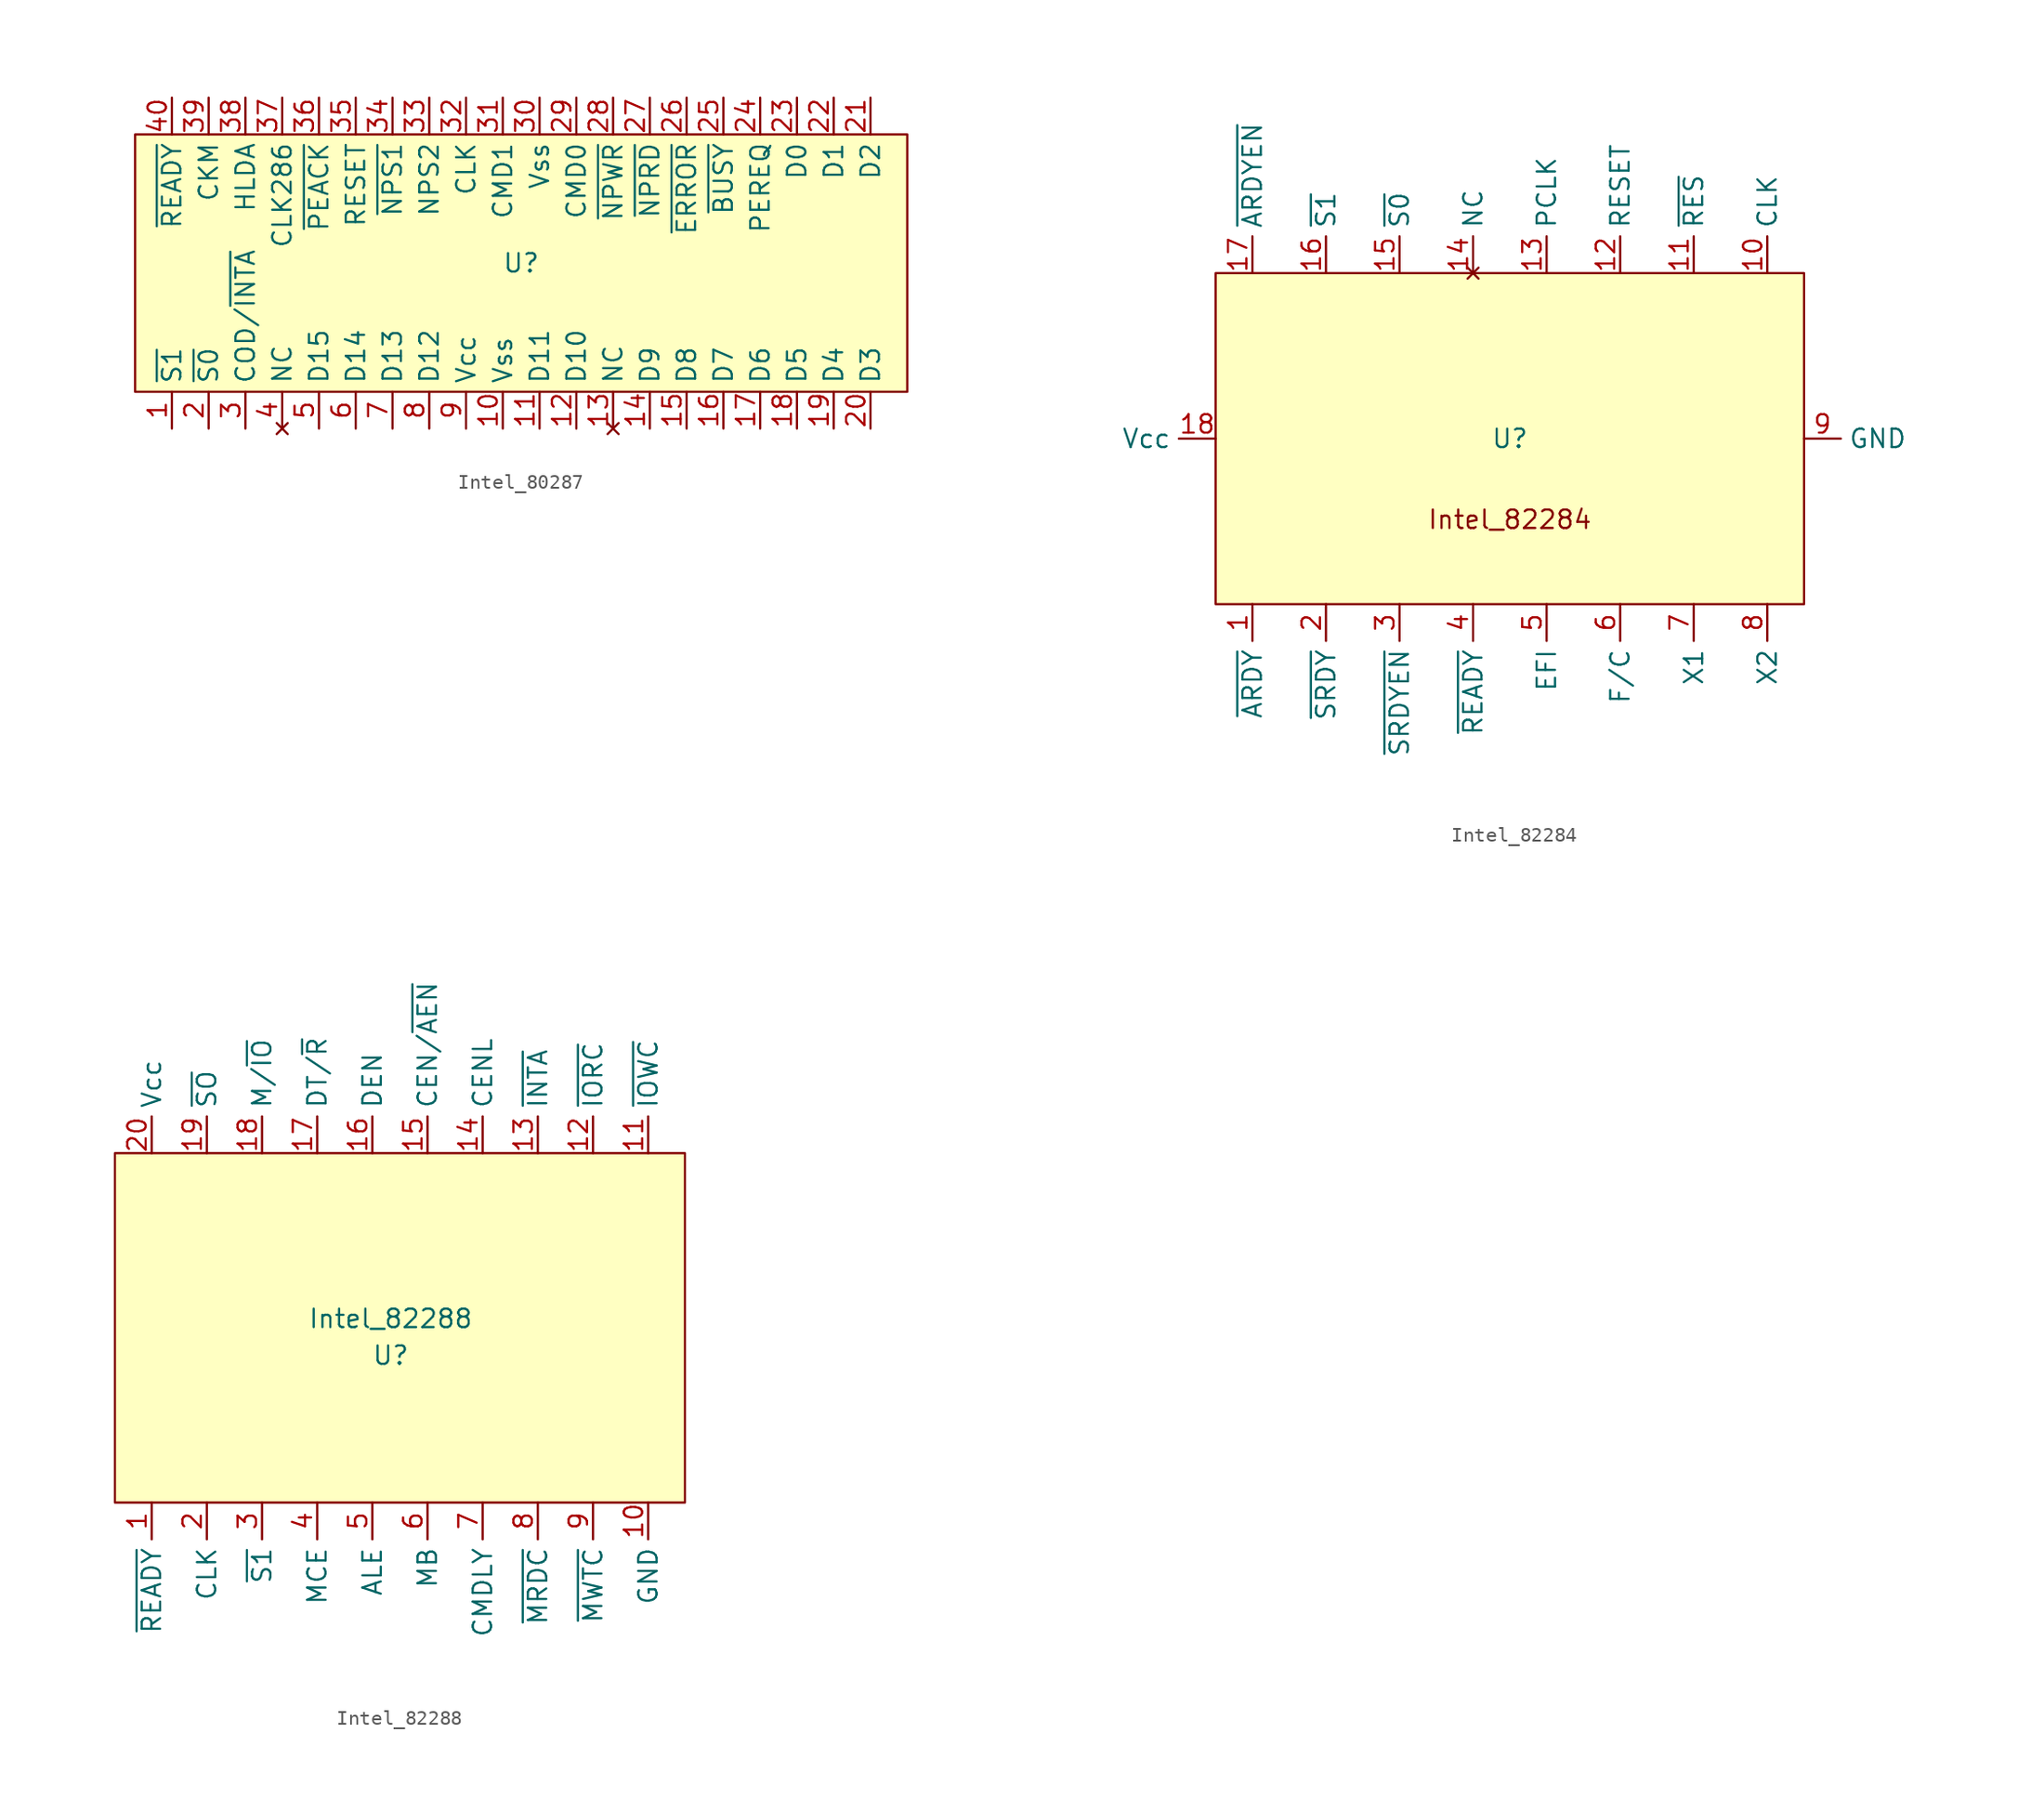
<source format=kicad_sym>
(kicad_symbol_lib
  (version 20241209)
  (generator "kicad_symbol_editor")
  (generator_version "9.0")
  (symbol "Intel_80287"
    (property "Reference" "U"
      (at 0 0 0)
      (effects (font (size 1.27 1.27))))
    (property "Value" ""
      (at 0 0 0)
      (effects (font (size 1.27 1.27))))
    (symbol "Intel_80287_0_1"
      (rectangle (start -26.67 8.89) (end 26.67 -8.89) (stroke (width 0) (type default)) (fill (type background))))
    (symbol "Intel_80287_1_1"
      (pin input line (at -24.13 11.43 270) (length 2.54) (name "~{READY}" (effects (font (size 1.27 1.27)))) (number "40" (effects (font (size 1.27 1.27)))))
      (pin input line (at -24.13 -11.43 90) (length 2.54) (name "~{S1}" (effects (font (size 1.27 1.27)))) (number "1" (effects (font (size 1.27 1.27)))))
      (pin input line (at -21.59 11.43 270) (length 2.54) (name "CKM" (effects (font (size 1.27 1.27)))) (number "39" (effects (font (size 1.27 1.27)))))
      (pin input line (at -21.59 -11.43 90) (length 2.54) (name "~{S0}" (effects (font (size 1.27 1.27)))) (number "2" (effects (font (size 1.27 1.27)))))
      (pin input line (at -19.05 11.43 270) (length 2.54) (name "HLDA" (effects (font (size 1.27 1.27)))) (number "38" (effects (font (size 1.27 1.27)))))
      (pin input line (at -19.05 -11.43 90) (length 2.54) (name "COD/~{INTA}" (effects (font (size 1.27 1.27)))) (number "3" (effects (font (size 1.27 1.27)))))
      (pin input line (at -16.51 11.43 270) (length 2.54) (name "CLK286" (effects (font (size 1.27 1.27)))) (number "37" (effects (font (size 1.27 1.27)))))
      (pin no_connect line (at -16.51 -11.43 90) (length 2.54) (name "NC" (effects (font (size 1.27 1.27)))) (number "4" (effects (font (size 1.27 1.27)))))
      (pin input line (at -13.97 11.43 270) (length 2.54) (name "~{PEACK}" (effects (font (size 1.27 1.27)))) (number "36" (effects (font (size 1.27 1.27)))))
      (pin bidirectional line (at -13.97 -11.43 90) (length 2.54) (name "D15" (effects (font (size 1.27 1.27)))) (number "5" (effects (font (size 1.27 1.27)))))
      (pin input line (at -11.43 11.43 270) (length 2.54) (name "RESET" (effects (font (size 1.27 1.27)))) (number "35" (effects (font (size 1.27 1.27)))))
      (pin bidirectional line (at -11.43 -11.43 90) (length 2.54) (name "D14" (effects (font (size 1.27 1.27)))) (number "6" (effects (font (size 1.27 1.27)))))
      (pin input line (at -8.89 11.43 270) (length 2.54) (name "~{NPS1}" (effects (font (size 1.27 1.27)))) (number "34" (effects (font (size 1.27 1.27)))))
      (pin bidirectional line (at -8.89 -11.43 90) (length 2.54) (name "D13" (effects (font (size 1.27 1.27)))) (number "7" (effects (font (size 1.27 1.27)))))
      (pin input line (at -6.35 11.43 270) (length 2.54) (name "NPS2" (effects (font (size 1.27 1.27)))) (number "33" (effects (font (size 1.27 1.27)))))
      (pin bidirectional line (at -6.35 -11.43 90) (length 2.54) (name "D12" (effects (font (size 1.27 1.27)))) (number "8" (effects (font (size 1.27 1.27)))))
      (pin input line (at -3.81 11.43 270) (length 2.54) (name "CLK" (effects (font (size 1.27 1.27)))) (number "32" (effects (font (size 1.27 1.27)))))
      (pin power_in line (at -3.81 -11.43 90) (length 2.54) (name "Vcc" (effects (font (size 1.27 1.27)))) (number "9" (effects (font (size 1.27 1.27)))))
      (pin input line (at -1.27 11.43 270) (length 2.54) (name "CMD1" (effects (font (size 1.27 1.27)))) (number "31" (effects (font (size 1.27 1.27)))))
      (pin power_in line (at -1.27 -11.43 90) (length 2.54) (name "Vss" (effects (font (size 1.27 1.27)))) (number "10" (effects (font (size 1.27 1.27)))))
      (pin power_in line (at 1.27 11.43 270) (length 2.54) (name "Vss" (effects (font (size 1.27 1.27)))) (number "30" (effects (font (size 1.27 1.27)))))
      (pin bidirectional line (at 1.27 -11.43 90) (length 2.54) (name "D11" (effects (font (size 1.27 1.27)))) (number "11" (effects (font (size 1.27 1.27)))))
      (pin input line (at 3.81 11.43 270) (length 2.54) (name "CMD0" (effects (font (size 1.27 1.27)))) (number "29" (effects (font (size 1.27 1.27)))))
      (pin bidirectional line (at 3.81 -11.43 90) (length 2.54) (name "D10" (effects (font (size 1.27 1.27)))) (number "12" (effects (font (size 1.27 1.27)))))
      (pin input line (at 6.35 11.43 270) (length 2.54) (name "~{NPWR}" (effects (font (size 1.27 1.27)))) (number "28" (effects (font (size 1.27 1.27)))))
      (pin no_connect line (at 6.35 -11.43 90) (length 2.54) (name "NC" (effects (font (size 1.27 1.27)))) (number "13" (effects (font (size 1.27 1.27)))))
      (pin input line (at 8.89 11.43 270) (length 2.54) (name "~{NPRD}" (effects (font (size 1.27 1.27)))) (number "27" (effects (font (size 1.27 1.27)))))
      (pin bidirectional line (at 8.89 -11.43 90) (length 2.54) (name "D9" (effects (font (size 1.27 1.27)))) (number "14" (effects (font (size 1.27 1.27)))))
      (pin output line (at 11.43 11.43 270) (length 2.54) (name "~{ERROR}" (effects (font (size 1.27 1.27)))) (number "26" (effects (font (size 1.27 1.27)))))
      (pin bidirectional line (at 11.43 -11.43 90) (length 2.54) (name "D8" (effects (font (size 1.27 1.27)))) (number "15" (effects (font (size 1.27 1.27)))))
      (pin output line (at 13.97 11.43 270) (length 2.54) (name "~{BUSY}" (effects (font (size 1.27 1.27)))) (number "25" (effects (font (size 1.27 1.27)))))
      (pin bidirectional line (at 13.97 -11.43 90) (length 2.54) (name "D7" (effects (font (size 1.27 1.27)))) (number "16" (effects (font (size 1.27 1.27)))))
      (pin output line (at 16.51 11.43 270) (length 2.54) (name "PEREQ" (effects (font (size 1.27 1.27)))) (number "24" (effects (font (size 1.27 1.27)))))
      (pin bidirectional line (at 16.51 -11.43 90) (length 2.54) (name "D6" (effects (font (size 1.27 1.27)))) (number "17" (effects (font (size 1.27 1.27)))))
      (pin bidirectional line (at 19.05 11.43 270) (length 2.54) (name "D0" (effects (font (size 1.27 1.27)))) (number "23" (effects (font (size 1.27 1.27)))))
      (pin bidirectional line (at 19.05 -11.43 90) (length 2.54) (name "D5" (effects (font (size 1.27 1.27)))) (number "18" (effects (font (size 1.27 1.27)))))
      (pin bidirectional line (at 21.59 11.43 270) (length 2.54) (name "D1" (effects (font (size 1.27 1.27)))) (number "22" (effects (font (size 1.27 1.27)))))
      (pin bidirectional line (at 21.59 -11.43 90) (length 2.54) (name "D4" (effects (font (size 1.27 1.27)))) (number "19" (effects (font (size 1.27 1.27)))))
      (pin bidirectional line (at 24.13 11.43 270) (length 2.54) (name "D2" (effects (font (size 1.27 1.27)))) (number "21" (effects (font (size 1.27 1.27)))))
      (pin bidirectional line (at 24.13 -11.43 90) (length 2.54) (name "D3" (effects (font (size 1.27 1.27)))) (number "20" (effects (font (size 1.27 1.27)))))))
  (symbol "Intel_82284"
    (property "Reference" "U"
      (at 0 0 0)
      (effects (font (size 1.27 1.27))))
    (property "Value" ""
      (at 2.54 0 0)
      (effects (font (size 1.27 1.27))))
    (symbol "Intel_82284_0_1"
      (rectangle (start -20.32 11.43) (end 20.32 -11.43) (stroke (width 0) (type default)) (fill (type background))))
    (symbol "Intel_82284_1_1"
      (text "Intel_82284" (at 0 -5.588 0) (effects (font (size 1.27 1.27))))
      (pin power_in line (at -20.32 0 180) (length 2.54) (name "Vcc" (effects (font (size 1.27 1.27)))) (number "18" (effects (font (size 1.27 1.27)))))
      (pin input line (at -17.78 11.43 90) (length 2.54) (name "~{ARDYEN}" (effects (font (size 1.27 1.27)))) (number "17" (effects (font (size 1.27 1.27)))))
      (pin input line (at -17.78 -11.43 270) (length 2.54) (name "~{ARDY}" (effects (font (size 1.27 1.27)))) (number "1" (effects (font (size 1.27 1.27)))))
      (pin input line (at -12.7 11.43 90) (length 2.54) (name "~{S1}" (effects (font (size 1.27 1.27)))) (number "16" (effects (font (size 1.27 1.27)))))
      (pin input line (at -12.7 -11.43 270) (length 2.54) (name "~{SRDY}" (effects (font (size 1.27 1.27)))) (number "2" (effects (font (size 1.27 1.27)))))
      (pin input line (at -7.62 11.43 90) (length 2.54) (name "~{S0}" (effects (font (size 1.27 1.27)))) (number "15" (effects (font (size 1.27 1.27)))))
      (pin input line (at -7.62 -11.43 270) (length 2.54) (name "~{SRDYEN}" (effects (font (size 1.27 1.27)))) (number "3" (effects (font (size 1.27 1.27)))))
      (pin no_connect line (at -2.54 11.43 90) (length 2.54) (name "NC" (effects (font (size 1.27 1.27)))) (number "14" (effects (font (size 1.27 1.27)))))
      (pin output line (at -2.54 -11.43 270) (length 2.54) (name "~{READY}" (effects (font (size 1.27 1.27)))) (number "4" (effects (font (size 1.27 1.27)))))
      (pin output line (at 2.54 11.43 90) (length 2.54) (name "PCLK" (effects (font (size 1.27 1.27)))) (number "13" (effects (font (size 1.27 1.27)))))
      (pin input line (at 2.54 -11.43 270) (length 2.54) (name "EFI" (effects (font (size 1.27 1.27)))) (number "5" (effects (font (size 1.27 1.27)))))
      (pin output line (at 7.62 11.43 90) (length 2.54) (name "RESET" (effects (font (size 1.27 1.27)))) (number "12" (effects (font (size 1.27 1.27)))))
      (pin input line (at 7.62 -11.43 270) (length 2.54) (name "F/C" (effects (font (size 1.27 1.27)))) (number "6" (effects (font (size 1.27 1.27)))))
      (pin input line (at 12.7 11.43 90) (length 2.54) (name "~{RES}" (effects (font (size 1.27 1.27)))) (number "11" (effects (font (size 1.27 1.27)))))
      (pin input line (at 12.7 -11.43 270) (length 2.54) (name "X1" (effects (font (size 1.27 1.27)))) (number "7" (effects (font (size 1.27 1.27)))))
      (pin output line (at 17.78 11.43 90) (length 2.54) (name "CLK" (effects (font (size 1.27 1.27)))) (number "10" (effects (font (size 1.27 1.27)))))
      (pin input line (at 17.78 -11.43 270) (length 2.54) (name "X2" (effects (font (size 1.27 1.27)))) (number "8" (effects (font (size 1.27 1.27)))))
      (pin power_in line (at 20.32 0 0) (length 2.54) (name "GND" (effects (font (size 1.27 1.27)))) (number "9" (effects (font (size 1.27 1.27)))))))
  (symbol "Intel_82288"
    (property "Reference" "U"
      (at 0 -1.27 0)
      (effects (font (size 1.27 1.27))))
    (property "Value" "Intel_82288"
      (at 0 1.27 0)
      (effects (font (size 1.27 1.27))))
    (symbol "Intel_82288_0_1"
      (rectangle (start -19.05 12.7) (end 20.32 -11.43) (stroke (width 0) (type default)) (fill (type background))))
    (symbol "Intel_82288_1_1"
      (pin power_in line (at -16.51 12.7 90) (length 2.54) (name "Vcc" (effects (font (size 1.27 1.27)))) (number "20" (effects (font (size 1.27 1.27)))))
      (pin input line (at -16.51 -11.43 270) (length 2.54) (name "~{READY}" (effects (font (size 1.27 1.27)))) (number "1" (effects (font (size 1.27 1.27)))))
      (pin input line (at -12.7 12.7 90) (length 2.54) (name "~{SO}" (effects (font (size 1.27 1.27)))) (number "19" (effects (font (size 1.27 1.27)))))
      (pin input line (at -12.7 -11.43 270) (length 2.54) (name "CLK" (effects (font (size 1.27 1.27)))) (number "2" (effects (font (size 1.27 1.27)))))
      (pin input line (at -8.89 12.7 90) (length 2.54) (name "M/~{IO}" (effects (font (size 1.27 1.27)))) (number "18" (effects (font (size 1.27 1.27)))))
      (pin input line (at -8.89 -11.43 270) (length 2.54) (name "~{S1}" (effects (font (size 1.27 1.27)))) (number "3" (effects (font (size 1.27 1.27)))))
      (pin output line (at -5.08 12.7 90) (length 2.54) (name "DT/~{R}" (effects (font (size 1.27 1.27)))) (number "17" (effects (font (size 1.27 1.27)))))
      (pin input line (at -5.08 -11.43 270) (length 2.54) (name "MCE" (effects (font (size 1.27 1.27)))) (number "4" (effects (font (size 1.27 1.27)))))
      (pin output line (at -1.27 12.7 90) (length 2.54) (name "DEN" (effects (font (size 1.27 1.27)))) (number "16" (effects (font (size 1.27 1.27)))))
      (pin output line (at -1.27 -11.43 270) (length 2.54) (name "ALE" (effects (font (size 1.27 1.27)))) (number "5" (effects (font (size 1.27 1.27)))))
      (pin input line (at 2.54 12.7 90) (length 2.54) (name "CEN/~{AEN}" (effects (font (size 1.27 1.27)))) (number "15" (effects (font (size 1.27 1.27)))))
      (pin input line (at 2.54 -11.43 270) (length 2.54) (name "MB" (effects (font (size 1.27 1.27)))) (number "6" (effects (font (size 1.27 1.27)))))
      (pin input line (at 6.35 12.7 90) (length 2.54) (name "CENL" (effects (font (size 1.27 1.27)))) (number "14" (effects (font (size 1.27 1.27)))))
      (pin input line (at 6.35 -11.43 270) (length 2.54) (name "CMDLY" (effects (font (size 1.27 1.27)))) (number "7" (effects (font (size 1.27 1.27)))))
      (pin output line (at 10.16 12.7 90) (length 2.54) (name "~{INTA}" (effects (font (size 1.27 1.27)))) (number "13" (effects (font (size 1.27 1.27)))))
      (pin output line (at 10.16 -11.43 270) (length 2.54) (name "~{MRDC}" (effects (font (size 1.27 1.27)))) (number "8" (effects (font (size 1.27 1.27)))))
      (pin output line (at 13.97 12.7 90) (length 2.54) (name "~{IORC}" (effects (font (size 1.27 1.27)))) (number "12" (effects (font (size 1.27 1.27)))))
      (pin output line (at 13.97 -11.43 270) (length 2.54) (name "~{MWTC}" (effects (font (size 1.27 1.27)))) (number "9" (effects (font (size 1.27 1.27)))))
      (pin output line (at 17.78 12.7 90) (length 2.54) (name "~{IOWC}" (effects (font (size 1.27 1.27)))) (number "11" (effects (font (size 1.27 1.27)))))
      (pin power_in line (at 17.78 -11.43 270) (length 2.54) (name "GND" (effects (font (size 1.27 1.27)))) (number "10" (effects (font (size 1.27 1.27))))))))
</source>
